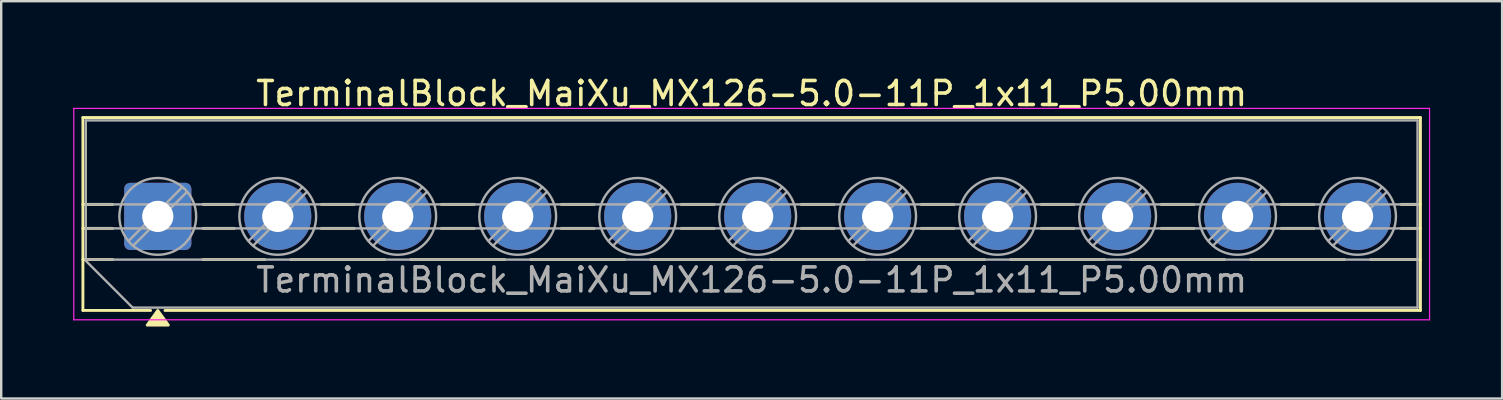
<source format=kicad_pcb>
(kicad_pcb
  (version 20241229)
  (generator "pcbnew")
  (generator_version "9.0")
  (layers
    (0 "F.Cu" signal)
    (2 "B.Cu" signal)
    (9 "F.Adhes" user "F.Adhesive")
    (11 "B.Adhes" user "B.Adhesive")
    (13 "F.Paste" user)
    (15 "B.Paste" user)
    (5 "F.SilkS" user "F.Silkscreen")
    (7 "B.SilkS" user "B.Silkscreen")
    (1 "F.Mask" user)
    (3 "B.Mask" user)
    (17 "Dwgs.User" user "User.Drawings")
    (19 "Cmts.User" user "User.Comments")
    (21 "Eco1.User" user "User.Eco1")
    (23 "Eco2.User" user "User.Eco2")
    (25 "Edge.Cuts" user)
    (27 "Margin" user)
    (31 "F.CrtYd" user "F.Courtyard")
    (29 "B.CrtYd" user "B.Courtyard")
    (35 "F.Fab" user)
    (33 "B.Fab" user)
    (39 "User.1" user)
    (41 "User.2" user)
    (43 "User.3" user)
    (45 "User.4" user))
  (footprint "TerminalBlock_MaiXu_MX126-5.0-11P_1x11_P5.00mm"
    (layer "F.Cu")
    (at 3.525 5.968)
    (property "Reference" "TerminalBlock_MaiXu_MX126-5.0-11P_1x11_P5.00mm" (at 24.75 -5.12 0) (layer "F.SilkS") (effects (font (size 1 1) (thickness 0.15))))
    (attr through_hole)
    (fp_line (start -3.12 -4.12) (end -3.12 3.92) (stroke (width 0.12) (type solid)) (layer "F.SilkS"))
    (fp_line (start -3.12 -4.12) (end 52.62 -4.12) (stroke (width 0.12) (type solid)) (layer "F.SilkS"))
    (fp_line (start -3.12 -0.5) (end -1.88 -0.5) (stroke (width 0.12) (type solid)) (layer "F.SilkS"))
    (fp_line (start -3.12 0.5) (end -1.88 0.5) (stroke (width 0.12) (type solid)) (layer "F.SilkS"))
    (fp_line (start -3.12 1.8) (end -1.88 1.8) (stroke (width 0.12) (type solid)) (layer "F.SilkS"))
    (fp_line (start -3.12 3.92) (end -0.3 3.92) (stroke (width 0.12) (type solid)) (layer "F.SilkS"))
    (fp_line (start 0.3 3.92) (end 52.62 3.92) (stroke (width 0.12) (type solid)) (layer "F.SilkS"))
    (fp_line (start 1.88 -0.5) (end 3.188 -0.5) (stroke (width 0.12) (type solid)) (layer "F.SilkS"))
    (fp_line (start 1.88 0.5) (end 3.188 0.5) (stroke (width 0.12) (type solid)) (layer "F.SilkS"))
    (fp_line (start 1.88 1.8) (end 4.457 1.8) (stroke (width 0.12) (type solid)) (layer "F.SilkS"))
    (fp_line (start 5.543 1.8) (end 9.457 1.8) (stroke (width 0.12) (type solid)) (layer "F.SilkS"))
    (fp_line (start 6.812 -0.5) (end 8.188 -0.5) (stroke (width 0.12) (type solid)) (layer "F.SilkS"))
    (fp_line (start 6.812 0.5) (end 8.188 0.5) (stroke (width 0.12) (type solid)) (layer "F.SilkS"))
    (fp_line (start 10.543 1.8) (end 14.457 1.8) (stroke (width 0.12) (type solid)) (layer "F.SilkS"))
    (fp_line (start 11.812 -0.5) (end 13.188 -0.5) (stroke (width 0.12) (type solid)) (layer "F.SilkS"))
    (fp_line (start 11.812 0.5) (end 13.188 0.5) (stroke (width 0.12) (type solid)) (layer "F.SilkS"))
    (fp_line (start 15.543 1.8) (end 19.457 1.8) (stroke (width 0.12) (type solid)) (layer "F.SilkS"))
    (fp_line (start 16.812 -0.5) (end 18.188 -0.5) (stroke (width 0.12) (type solid)) (layer "F.SilkS"))
    (fp_line (start 16.812 0.5) (end 18.188 0.5) (stroke (width 0.12) (type solid)) (layer "F.SilkS"))
    (fp_line (start 20.543 1.8) (end 24.457 1.8) (stroke (width 0.12) (type solid)) (layer "F.SilkS"))
    (fp_line (start 21.812 -0.5) (end 23.188 -0.5) (stroke (width 0.12) (type solid)) (layer "F.SilkS"))
    (fp_line (start 21.812 0.5) (end 23.188 0.5) (stroke (width 0.12) (type solid)) (layer "F.SilkS"))
    (fp_line (start 25.543 1.8) (end 29.457 1.8) (stroke (width 0.12) (type solid)) (layer "F.SilkS"))
    (fp_line (start 26.812 -0.5) (end 28.188 -0.5) (stroke (width 0.12) (type solid)) (layer "F.SilkS"))
    (fp_line (start 26.812 0.5) (end 28.188 0.5) (stroke (width 0.12) (type solid)) (layer "F.SilkS"))
    (fp_line (start 30.543 1.8) (end 34.457 1.8) (stroke (width 0.12) (type solid)) (layer "F.SilkS"))
    (fp_line (start 31.812 -0.5) (end 33.188 -0.5) (stroke (width 0.12) (type solid)) (layer "F.SilkS"))
    (fp_line (start 31.812 0.5) (end 33.188 0.5) (stroke (width 0.12) (type solid)) (layer "F.SilkS"))
    (fp_line (start 35.543 1.8) (end 39.457 1.8) (stroke (width 0.12) (type solid)) (layer "F.SilkS"))
    (fp_line (start 36.812 -0.5) (end 38.188 -0.5) (stroke (width 0.12) (type solid)) (layer "F.SilkS"))
    (fp_line (start 36.812 0.5) (end 38.188 0.5) (stroke (width 0.12) (type solid)) (layer "F.SilkS"))
    (fp_line (start 40.543 1.8) (end 44.457 1.8) (stroke (width 0.12) (type solid)) (layer "F.SilkS"))
    (fp_line (start 41.812 -0.5) (end 43.188 -0.5) (stroke (width 0.12) (type solid)) (layer "F.SilkS"))
    (fp_line (start 41.812 0.5) (end 43.188 0.5) (stroke (width 0.12) (type solid)) (layer "F.SilkS"))
    (fp_line (start 45.543 1.8) (end 49.457 1.8) (stroke (width 0.12) (type solid)) (layer "F.SilkS"))
    (fp_line (start 46.812 -0.5) (end 48.188 -0.5) (stroke (width 0.12) (type solid)) (layer "F.SilkS"))
    (fp_line (start 46.812 0.5) (end 48.188 0.5) (stroke (width 0.12) (type solid)) (layer "F.SilkS"))
    (fp_line (start 50.543 1.8) (end 52.62 1.8) (stroke (width 0.12) (type solid)) (layer "F.SilkS"))
    (fp_line (start 51.812 -0.5) (end 52.62 -0.5) (stroke (width 0.12) (type solid)) (layer "F.SilkS"))
    (fp_line (start 51.812 0.5) (end 52.62 0.5) (stroke (width 0.12) (type solid)) (layer "F.SilkS"))
    (fp_line (start 52.62 -4.12) (end 52.62 3.92) (stroke (width 0.12) (type solid)) (layer "F.SilkS"))
    (fp_poly (pts (xy 0 3.92) (xy 0.44 4.53) (xy -0.44 4.53)) (stroke (width 0.12) (type solid)) (fill yes) (layer "F.SilkS"))
    (fp_line (start -3.5 -4.5) (end -3.5 4.31) (stroke (width 0.05) (type solid)) (layer "F.CrtYd"))
    (fp_line (start -3.5 4.31) (end 53 4.31) (stroke (width 0.05) (type solid)) (layer "F.CrtYd"))
    (fp_line (start 53 -4.5) (end -3.5 -4.5) (stroke (width 0.05) (type solid)) (layer "F.CrtYd"))
    (fp_line (start 53 4.31) (end 53 -4.5) (stroke (width 0.05) (type solid)) (layer "F.CrtYd"))
    (fp_line (start -3 -4) (end 52.5 -4) (stroke (width 0.1) (type solid)) (layer "F.Fab"))
    (fp_line (start -3 -0.5) (end 52.5 -0.5) (stroke (width 0.1) (type solid)) (layer "F.Fab"))
    (fp_line (start -3 0.5) (end 52.5 0.5) (stroke (width 0.1) (type solid)) (layer "F.Fab"))
    (fp_line (start -3 1.8) (end 52.5 1.8) (stroke (width 0.1) (type solid)) (layer "F.Fab"))
    (fp_line (start -3 1.85) (end -3 -4) (stroke (width 0.1) (type solid)) (layer "F.Fab"))
    (fp_line (start -1.05 3.8) (end -3 1.85) (stroke (width 0.1) (type solid)) (layer "F.Fab"))
    (fp_line (start 1.018 -1.213) (end -1.213 1.018) (stroke (width 0.1) (type solid)) (layer "F.Fab"))
    (fp_line (start 1.213 -1.018) (end -1.018 1.213) (stroke (width 0.1) (type solid)) (layer "F.Fab"))
    (fp_line (start 6.018 -1.213) (end 3.787 1.018) (stroke (width 0.1) (type solid)) (layer "F.Fab"))
    (fp_line (start 6.213 -1.018) (end 3.982 1.213) (stroke (width 0.1) (type solid)) (layer "F.Fab"))
    (fp_line (start 11.018 -1.213) (end 8.787 1.018) (stroke (width 0.1) (type solid)) (layer "F.Fab"))
    (fp_line (start 11.213 -1.018) (end 8.982 1.213) (stroke (width 0.1) (type solid)) (layer "F.Fab"))
    (fp_line (start 16.018 -1.213) (end 13.787 1.018) (stroke (width 0.1) (type solid)) (layer "F.Fab"))
    (fp_line (start 16.213 -1.018) (end 13.982 1.213) (stroke (width 0.1) (type solid)) (layer "F.Fab"))
    (fp_line (start 21.018 -1.213) (end 18.787 1.018) (stroke (width 0.1) (type solid)) (layer "F.Fab"))
    (fp_line (start 21.213 -1.018) (end 18.982 1.213) (stroke (width 0.1) (type solid)) (layer "F.Fab"))
    (fp_line (start 26.018 -1.213) (end 23.787 1.018) (stroke (width 0.1) (type solid)) (layer "F.Fab"))
    (fp_line (start 26.213 -1.018) (end 23.982 1.213) (stroke (width 0.1) (type solid)) (layer "F.Fab"))
    (fp_line (start 31.018 -1.213) (end 28.787 1.018) (stroke (width 0.1) (type solid)) (layer "F.Fab"))
    (fp_line (start 31.213 -1.018) (end 28.982 1.213) (stroke (width 0.1) (type solid)) (layer "F.Fab"))
    (fp_line (start 36.018 -1.213) (end 33.787 1.018) (stroke (width 0.1) (type solid)) (layer "F.Fab"))
    (fp_line (start 36.213 -1.018) (end 33.982 1.213) (stroke (width 0.1) (type solid)) (layer "F.Fab"))
    (fp_line (start 41.018 -1.213) (end 38.787 1.018) (stroke (width 0.1) (type solid)) (layer "F.Fab"))
    (fp_line (start 41.213 -1.018) (end 38.982 1.213) (stroke (width 0.1) (type solid)) (layer "F.Fab"))
    (fp_line (start 46.018 -1.213) (end 43.787 1.018) (stroke (width 0.1) (type solid)) (layer "F.Fab"))
    (fp_line (start 46.213 -1.018) (end 43.982 1.213) (stroke (width 0.1) (type solid)) (layer "F.Fab"))
    (fp_line (start 51.018 -1.213) (end 48.787 1.018) (stroke (width 0.1) (type solid)) (layer "F.Fab"))
    (fp_line (start 51.213 -1.018) (end 48.982 1.213) (stroke (width 0.1) (type solid)) (layer "F.Fab"))
    (fp_line (start 52.5 -4) (end 52.5 3.8) (stroke (width 0.1) (type solid)) (layer "F.Fab"))
    (fp_line (start 52.5 3.8) (end -1.05 3.8) (stroke (width 0.1) (type solid)) (layer "F.Fab"))
    (fp_circle (center 0 0) (end 1.6 0) (stroke (width 0.1) (type solid)) (fill no) (layer "F.Fab"))
    (fp_circle (center 5 0) (end 6.6 0) (stroke (width 0.1) (type solid)) (fill no) (layer "F.Fab"))
    (fp_circle (center 10 0) (end 11.6 0) (stroke (width 0.1) (type solid)) (fill no) (layer "F.Fab"))
    (fp_circle (center 15 0) (end 16.6 0) (stroke (width 0.1) (type solid)) (fill no) (layer "F.Fab"))
    (fp_circle (center 20 0) (end 21.6 0) (stroke (width 0.1) (type solid)) (fill no) (layer "F.Fab"))
    (fp_circle (center 25 0) (end 26.6 0) (stroke (width 0.1) (type solid)) (fill no) (layer "F.Fab"))
    (fp_circle (center 30 0) (end 31.6 0) (stroke (width 0.1) (type solid)) (fill no) (layer "F.Fab"))
    (fp_circle (center 35 0) (end 36.6 0) (stroke (width 0.1) (type solid)) (fill no) (layer "F.Fab"))
    (fp_circle (center 40 0) (end 41.6 0) (stroke (width 0.1) (type solid)) (fill no) (layer "F.Fab"))
    (fp_circle (center 45 0) (end 46.6 0) (stroke (width 0.1) (type solid)) (fill no) (layer "F.Fab"))
    (fp_circle (center 50 0) (end 51.6 0) (stroke (width 0.1) (type solid)) (fill no) (layer "F.Fab"))
    (fp_text user "${REFERENCE}" (at 24.75 2.65 0) (layer "F.Fab") (effects (font (size 1 1) (thickness 0.15))))
    (pad "1" thru_hole roundrect (at 0 0) (size 2.8 2.8) (drill 1.3) (layers "*.Cu" "*.Mask") (roundrect_rratio 0.089))
    (pad "2" thru_hole circle (at 5 0) (size 2.8 2.8) (drill 1.3) (layers "*.Cu" "*.Mask"))
    (pad "3" thru_hole circle (at 10 0) (size 2.8 2.8) (drill 1.3) (layers "*.Cu" "*.Mask"))
    (pad "4" thru_hole circle (at 15 0) (size 2.8 2.8) (drill 1.3) (layers "*.Cu" "*.Mask"))
    (pad "5" thru_hole circle (at 20 0) (size 2.8 2.8) (drill 1.3) (layers "*.Cu" "*.Mask"))
    (pad "6" thru_hole circle (at 25 0) (size 2.8 2.8) (drill 1.3) (layers "*.Cu" "*.Mask"))
    (pad "7" thru_hole circle (at 30 0) (size 2.8 2.8) (drill 1.3) (layers "*.Cu" "*.Mask"))
    (pad "8" thru_hole circle (at 35 0) (size 2.8 2.8) (drill 1.3) (layers "*.Cu" "*.Mask"))
    (pad "9" thru_hole circle (at 40 0) (size 2.8 2.8) (drill 1.3) (layers "*.Cu" "*.Mask"))
    (pad "10" thru_hole circle (at 45 0) (size 2.8 2.8) (drill 1.3) (layers "*.Cu" "*.Mask"))
    (pad "11" thru_hole circle (at 50 0) (size 2.8 2.8) (drill 1.3) (layers "*.Cu" "*.Mask")))
  (gr_rect
    (start -3 -3)
    (end 59.55 13.558)
    (stroke (width 0.1) (type default))
    (fill no)
    (layer "Edge.Cuts")))
</source>
